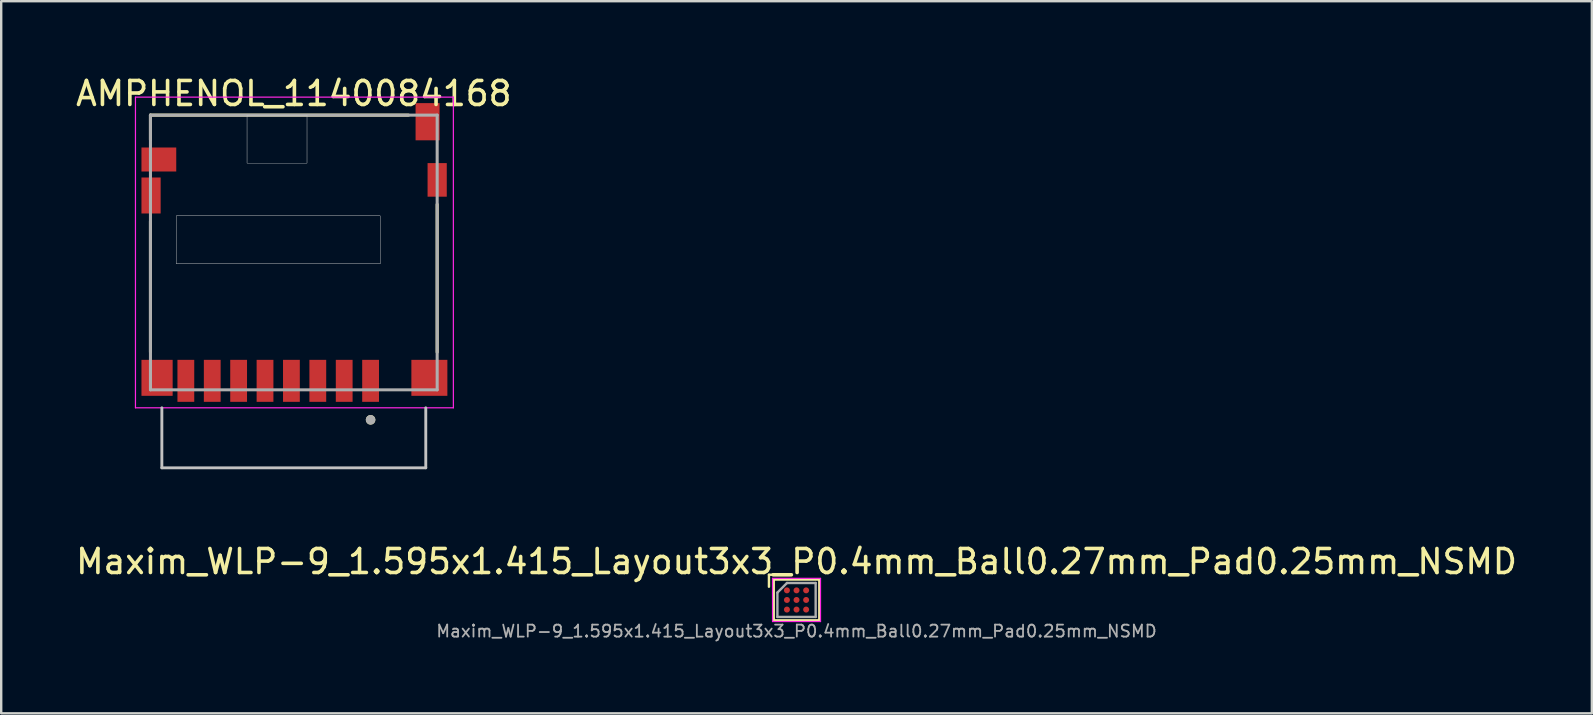
<source format=kicad_pcb>
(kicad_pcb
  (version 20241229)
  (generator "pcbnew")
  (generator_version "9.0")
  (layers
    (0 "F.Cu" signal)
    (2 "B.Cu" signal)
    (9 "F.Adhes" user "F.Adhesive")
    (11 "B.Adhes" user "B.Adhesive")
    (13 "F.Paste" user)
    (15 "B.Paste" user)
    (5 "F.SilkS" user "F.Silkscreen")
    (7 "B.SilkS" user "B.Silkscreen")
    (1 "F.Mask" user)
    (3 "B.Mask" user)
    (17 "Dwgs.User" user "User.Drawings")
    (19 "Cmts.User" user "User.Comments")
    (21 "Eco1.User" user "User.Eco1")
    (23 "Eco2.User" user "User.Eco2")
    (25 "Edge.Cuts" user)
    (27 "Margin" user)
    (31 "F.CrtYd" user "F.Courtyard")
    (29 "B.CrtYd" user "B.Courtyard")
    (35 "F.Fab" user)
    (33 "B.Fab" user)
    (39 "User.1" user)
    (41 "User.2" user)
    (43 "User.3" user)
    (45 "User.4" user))
  (footprint "Maxim_WLP-9_1.595x1.415_Layout3x3_P0.4mm_Ball0.27mm_Pad0.25mm_NSMD"
    (layer "F.Cu")
    (at 30.149 21.956)
    (property "Reference" "Maxim_WLP-9_1.595x1.415_Layout3x3_P0.4mm_Ball0.27mm_Pad0.25mm_NSMD" (at 0 -1.6 0) (layer "F.SilkS") (effects (font (size 1 1) (thickness 0.15))))
    (attr smd)
    (fp_line (start -1.15 -1.05) (end -1.15 -0.55) (stroke (width 0.1) (type solid)) (layer "F.SilkS"))
    (fp_line (start -1.15 -1.05) (end -0.65 -1.05) (stroke (width 0.1) (type solid)) (layer "F.SilkS"))
    (fp_line (start -0.95 -0.85) (end -0.95 0.85) (stroke (width 0.1) (type solid)) (layer "F.SilkS"))
    (fp_line (start -0.95 -0.85) (end 0.95 -0.85) (stroke (width 0.1) (type solid)) (layer "F.SilkS"))
    (fp_line (start -0.95 0.85) (end 0.95 0.85) (stroke (width 0.1) (type solid)) (layer "F.SilkS"))
    (fp_line (start 0.95 -0.85) (end 0.95 0.85) (stroke (width 0.1) (type solid)) (layer "F.SilkS"))
    (fp_line (start -1 -0.9) (end 1 -0.9) (stroke (width 0.05) (type solid)) (layer "F.CrtYd"))
    (fp_line (start -1 0.9) (end -1 -0.9) (stroke (width 0.05) (type solid)) (layer "F.CrtYd"))
    (fp_line (start -1 0.9) (end 1 0.9) (stroke (width 0.05) (type solid)) (layer "F.CrtYd"))
    (fp_line (start 1 -0.9) (end 1 0.9) (stroke (width 0.05) (type solid)) (layer "F.CrtYd"))
    (fp_line (start -0.797 -0.307) (end -0.797 0.708) (stroke (width 0.1) (type solid)) (layer "F.Fab"))
    (fp_line (start -0.797 0.708) (end 0.797 0.708) (stroke (width 0.1) (type solid)) (layer "F.Fab"))
    (fp_line (start -0.398 -0.708) (end -0.797 -0.307) (stroke (width 0.1) (type solid)) (layer "F.Fab"))
    (fp_line (start -0.398 -0.708) (end 0.797 -0.708) (stroke (width 0.1) (type solid)) (layer "F.Fab"))
    (fp_line (start 0.797 -0.708) (end 0.797 0.708) (stroke (width 0.1) (type solid)) (layer "F.Fab"))
    (fp_text user "${REFERENCE}" (at 0 1.3 0) (layer "F.Fab") (effects (font (size 0.5 0.5) (thickness 0.075))))
    (pad "A1" smd circle (at -0.4 -0.4 90) (size 0.25 0.25) (layers "F.Cu" "F.Mask" "F.Paste"))
    (pad "A2" smd circle (at 0 -0.4 90) (size 0.25 0.25) (layers "F.Cu" "F.Mask" "F.Paste"))
    (pad "A3" smd circle (at 0.4 -0.4 90) (size 0.25 0.25) (layers "F.Cu" "F.Mask" "F.Paste"))
    (pad "B1" smd circle (at -0.4 0 90) (size 0.25 0.25) (layers "F.Cu" "F.Mask" "F.Paste"))
    (pad "B2" smd circle (at 0 0 90) (size 0.25 0.25) (layers "F.Cu" "F.Mask" "F.Paste"))
    (pad "B3" smd circle (at 0.4 0 90) (size 0.25 0.25) (layers "F.Cu" "F.Mask" "F.Paste"))
    (pad "C1" smd circle (at -0.4 0.4 90) (size 0.25 0.25) (layers "F.Cu" "F.Mask" "F.Paste"))
    (pad "C2" smd circle (at 0 0.4 90) (size 0.25 0.25) (layers "F.Cu" "F.Mask" "F.Paste"))
    (pad "C3" smd circle (at 0.4 0.4 90) (size 0.25 0.25) (layers "F.Cu" "F.Mask" "F.Paste")))
  (footprint "AMPHENOL_1140084168"
    (layer "F.Cu")
    (at 9.196 11.948)
    (property "Reference" "AMPHENOL_1140084168" (at 0 -11.1 0) (layer "F.SilkS") (effects (font (size 1 1) (thickness 0.15))))
    (attr through_hole)
    (fp_line (start -5.975 -10.2) (end -5.975 -9.17) (stroke (width 0.127) (type solid)) (layer "F.SilkS"))
    (fp_line (start -5.975 -5.78) (end -5.975 -0.32) (stroke (width 0.127) (type solid)) (layer "F.SilkS"))
    (fp_line (start 4.78 -10.2) (end -5.975 -10.2) (stroke (width 0.127) (type solid)) (layer "F.SilkS"))
    (fp_line (start 5.975 -0.32) (end 5.975 -6.48) (stroke (width 0.127) (type solid)) (layer "F.SilkS"))
    (fp_circle (center 3.2 2.5) (end 3.3 2.5) (stroke (width 0.2) (type solid)) (fill no) (layer "F.SilkS"))
    (fp_line (start -5.5 2) (end -5.5 4.5) (stroke (width 0.12) (type solid)) (layer "Dwgs.User"))
    (fp_line (start -5.5 4.5) (end 5.5 4.5) (stroke (width 0.12) (type solid)) (layer "Dwgs.User"))
    (fp_line (start 5.5 4.5) (end 5.5 2) (stroke (width 0.12) (type solid)) (layer "Dwgs.User"))
    (fp_poly (pts (xy -4.9 -6) (xy 3.6 -6) (xy 3.6 -4) (xy -4.9 -4)) (stroke (width 0.01) (type solid)) (fill no) (layer "Dwgs.User"))
    (fp_poly (pts (xy -4.9 -6) (xy 3.6 -6) (xy 3.6 -4) (xy -4.9 -4)) (stroke (width 0.01) (type solid)) (fill no) (layer "Dwgs.User"))
    (fp_poly (pts (xy -1.95 -10.2) (xy 0.55 -10.2) (xy 0.55 -8.2) (xy -1.95 -8.2)) (stroke (width 0.01) (type solid)) (fill no) (layer "Dwgs.User"))
    (fp_poly (pts (xy -1.95 -10.2) (xy 0.55 -10.2) (xy 0.55 -8.2) (xy -1.95 -8.2)) (stroke (width 0.01) (type solid)) (fill no) (layer "Dwgs.User"))
    (fp_line (start -6.6 -10.95) (end -6.6 2) (stroke (width 0.05) (type solid)) (layer "F.CrtYd"))
    (fp_line (start -6.6 2) (end 6.65 2) (stroke (width 0.05) (type solid)) (layer "F.CrtYd"))
    (fp_line (start 6.65 -10.95) (end -6.6 -10.95) (stroke (width 0.05) (type solid)) (layer "F.CrtYd"))
    (fp_line (start 6.65 2) (end 6.65 -10.95) (stroke (width 0.05) (type solid)) (layer "F.CrtYd"))
    (fp_line (start -5.975 -10.2) (end -5.975 1.25) (stroke (width 0.127) (type solid)) (layer "F.Fab"))
    (fp_line (start -5.975 1.25) (end 5.975 1.25) (stroke (width 0.127) (type solid)) (layer "F.Fab"))
    (fp_line (start 5.975 -10.2) (end -5.975 -10.2) (stroke (width 0.127) (type solid)) (layer "F.Fab"))
    (fp_line (start 5.975 1.25) (end 5.975 -10.2) (stroke (width 0.127) (type solid)) (layer "F.Fab"))
    (fp_circle (center 3.2 2.5) (end 3.3 2.5) (stroke (width 0.2) (type solid)) (fill no) (layer "F.Fab"))
    (pad "1" smd rect (at 3.2 0.875) (size 0.7 1.75) (layers "F.Cu" "F.Mask" "F.Paste"))
    (pad "2" smd rect (at 2.1 0.875) (size 0.7 1.75) (layers "F.Cu" "F.Mask" "F.Paste"))
    (pad "3" smd rect (at 1 0.875) (size 0.7 1.75) (layers "F.Cu" "F.Mask" "F.Paste"))
    (pad "4" smd rect (at -0.1 0.875) (size 0.7 1.75) (layers "F.Cu" "F.Mask" "F.Paste"))
    (pad "5" smd rect (at -1.2 0.875) (size 0.7 1.75) (layers "F.Cu" "F.Mask" "F.Paste"))
    (pad "6" smd rect (at -2.3 0.875) (size 0.7 1.75) (layers "F.Cu" "F.Mask" "F.Paste"))
    (pad "7" smd rect (at -3.4 0.875) (size 0.7 1.75) (layers "F.Cu" "F.Mask" "F.Paste"))
    (pad "8" smd rect (at -4.5 0.875) (size 0.7 1.75) (layers "F.Cu" "F.Mask" "F.Paste"))
    (pad "9" smd rect (at 5.575 -9.925) (size 1 1.55) (layers "F.Cu" "F.Mask" "F.Paste"))
    (pad "10" smd rect (at -5.625 -8.35) (size 1.45 1) (layers "F.Cu" "F.Mask" "F.Paste"))
    (pad "11" smd rect (at -5.95 -6.85) (size 0.8 1.5) (layers "F.Cu" "F.Mask" "F.Paste"))
    (pad "11" smd rect (at -5.7 0.75) (size 1.3 1.5) (layers "F.Cu" "F.Mask" "F.Paste"))
    (pad "11" smd rect (at 5.65 0.75) (size 1.5 1.5) (layers "F.Cu" "F.Mask" "F.Paste"))
    (pad "11" smd rect (at 5.975 -7.5) (size 0.8 1.4) (layers "F.Cu" "F.Mask" "F.Paste")))
  (gr_rect
    (start -3 -3)
    (end 63.298 26.681)
    (stroke (width 0.1) (type default))
    (fill no)
    (layer "Edge.Cuts")))
</source>
